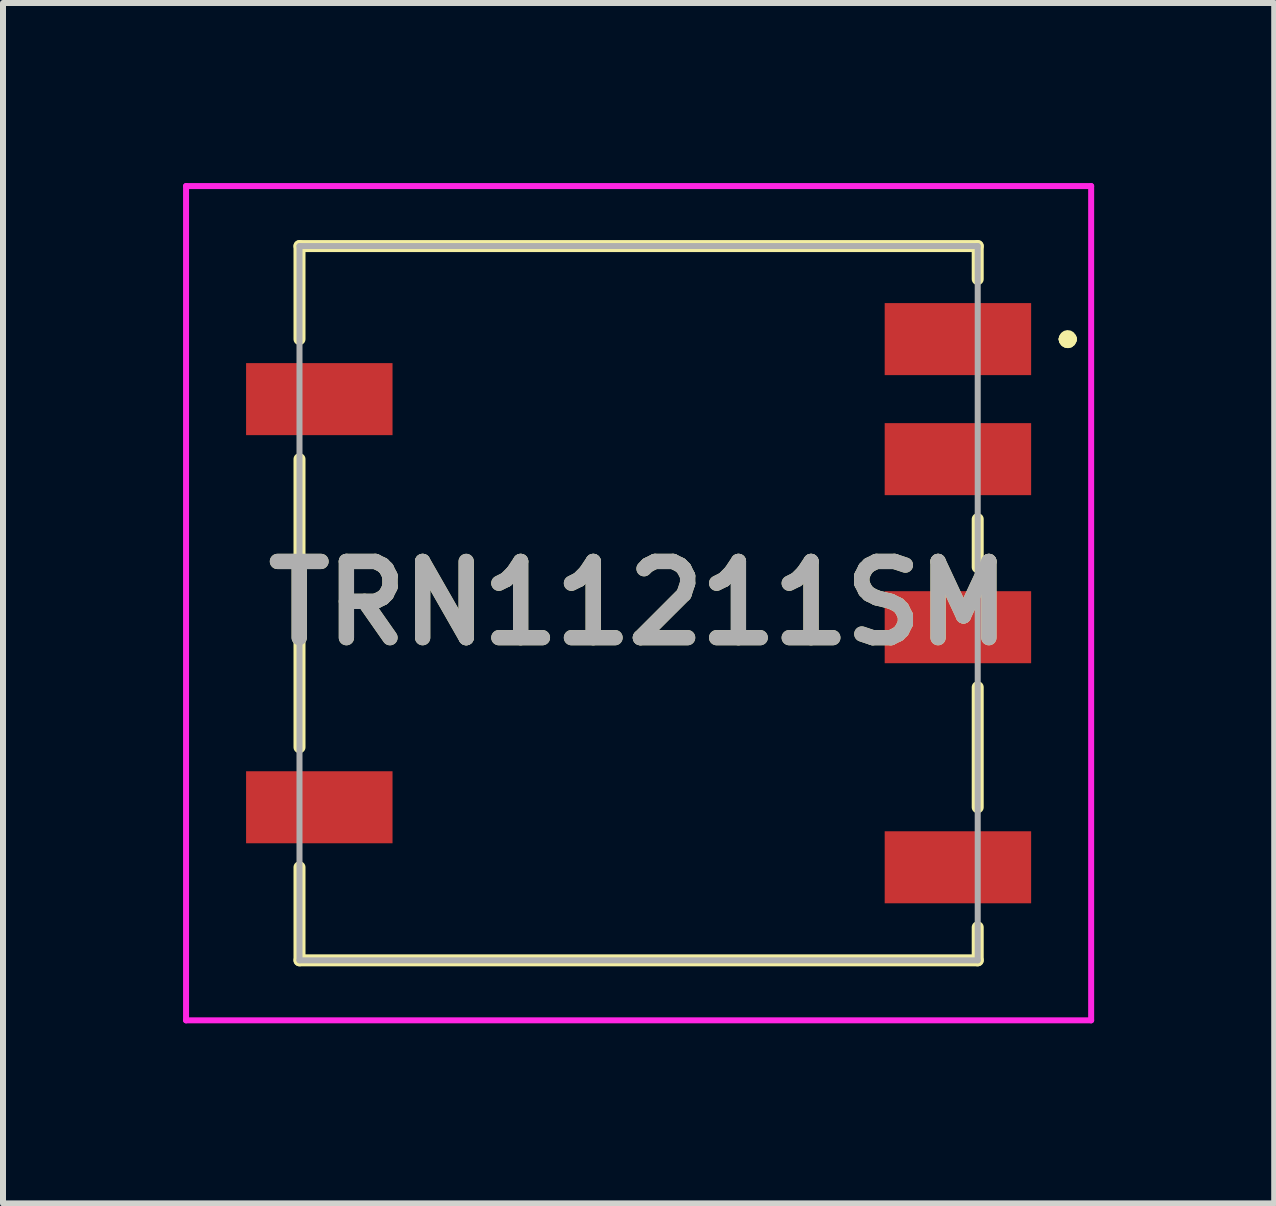
<source format=kicad_pcb>
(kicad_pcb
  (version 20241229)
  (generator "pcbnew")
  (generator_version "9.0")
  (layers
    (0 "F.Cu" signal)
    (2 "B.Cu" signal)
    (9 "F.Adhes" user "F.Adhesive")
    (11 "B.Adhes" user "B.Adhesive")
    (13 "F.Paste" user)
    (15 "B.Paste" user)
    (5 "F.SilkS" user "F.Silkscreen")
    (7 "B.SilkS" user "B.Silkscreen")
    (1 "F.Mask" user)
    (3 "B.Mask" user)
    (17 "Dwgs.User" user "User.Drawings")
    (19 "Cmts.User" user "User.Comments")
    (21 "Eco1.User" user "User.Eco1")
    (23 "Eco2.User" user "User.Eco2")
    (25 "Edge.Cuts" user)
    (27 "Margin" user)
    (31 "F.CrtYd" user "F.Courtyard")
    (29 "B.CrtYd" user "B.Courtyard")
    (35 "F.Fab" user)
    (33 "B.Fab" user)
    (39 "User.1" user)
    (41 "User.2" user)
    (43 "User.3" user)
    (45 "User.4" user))
  (footprint "TRN11211SM"
    (layer "F.Cu")
    (at 7.59 7)
    (property "Reference" "TRN11211SM" (at 0 0 0) (layer "F.SilkS") (effects (font (size 1.27 1.27) (thickness 0.254))))
    (attr smd)
    (fp_line (start -5.65 -5.95) (end -5.65 -4.4) (stroke (width 0.2) (type solid)) (layer "F.SilkS"))
    (fp_line (start -5.65 -2.4) (end -5.65 2.4) (stroke (width 0.2) (type solid)) (layer "F.SilkS"))
    (fp_line (start -5.65 4.4) (end -5.65 5.95) (stroke (width 0.2) (type solid)) (layer "F.SilkS"))
    (fp_line (start -5.65 5.95) (end 5.65 5.95) (stroke (width 0.2) (type solid)) (layer "F.SilkS"))
    (fp_line (start 5.65 -5.95) (end -5.65 -5.95) (stroke (width 0.2) (type solid)) (layer "F.SilkS"))
    (fp_line (start 5.65 -5.4) (end 5.65 -5.95) (stroke (width 0.2) (type solid)) (layer "F.SilkS"))
    (fp_line (start 5.65 -0.6) (end 5.65 -1.4) (stroke (width 0.2) (type solid)) (layer "F.SilkS"))
    (fp_line (start 5.65 3.4) (end 5.65 1.4) (stroke (width 0.2) (type solid)) (layer "F.SilkS"))
    (fp_line (start 5.65 5.95) (end 5.65 5.4) (stroke (width 0.2) (type solid)) (layer "F.SilkS"))
    (fp_line (start 7.1 -4.4) (end 7.1 -4.4) (stroke (width 0.2) (type solid)) (layer "F.SilkS"))
    (fp_line (start 7.1 -4.4) (end 7.1 -4.4) (stroke (width 0.2) (type solid)) (layer "F.SilkS"))
    (fp_line (start 7.2 -4.4) (end 7.2 -4.4) (stroke (width 0.2) (type solid)) (layer "F.SilkS"))
    (fp_arc (start 7.1 -4.4) (mid 7.15 -4.45) (end 7.2 -4.4) (stroke (width 0.2) (type solid)) (layer "F.SilkS"))
    (fp_arc (start 7.2 -4.4) (mid 7.15 -4.35) (end 7.1 -4.4) (stroke (width 0.2) (type solid)) (layer "F.SilkS"))
    (fp_arc (start 7.2 -4.4) (mid 7.15 -4.35) (end 7.1 -4.4) (stroke (width 0.2) (type solid)) (layer "F.SilkS"))
    (fp_line (start -7.54 -6.95) (end 7.54 -6.95) (stroke (width 0.1) (type solid)) (layer "F.CrtYd"))
    (fp_line (start -7.54 6.95) (end -7.54 -6.95) (stroke (width 0.1) (type solid)) (layer "F.CrtYd"))
    (fp_line (start 7.54 -6.95) (end 7.54 6.95) (stroke (width 0.1) (type solid)) (layer "F.CrtYd"))
    (fp_line (start 7.54 6.95) (end -7.54 6.95) (stroke (width 0.1) (type solid)) (layer "F.CrtYd"))
    (fp_line (start -5.65 -5.95) (end -5.65 5.95) (stroke (width 0.1) (type solid)) (layer "F.Fab"))
    (fp_line (start -5.65 5.95) (end 5.65 5.95) (stroke (width 0.1) (type solid)) (layer "F.Fab"))
    (fp_line (start 5.65 -5.95) (end -5.65 -5.95) (stroke (width 0.1) (type solid)) (layer "F.Fab"))
    (fp_line (start 5.65 5.95) (end 5.65 -5.95) (stroke (width 0.1) (type solid)) (layer "F.Fab"))
    (fp_text user "${REFERENCE}" (at 0 0 0) (layer "F.Fab") (effects (font (size 1.27 1.27) (thickness 0.254))))
    (pad "1" smd rect (at 5.32 -4.4 90) (size 1.2 2.44) (layers "F.Cu" "F.Mask" "F.Paste"))
    (pad "2" smd rect (at 5.32 -2.4 90) (size 1.2 2.44) (layers "F.Cu" "F.Mask" "F.Paste"))
    (pad "3" smd rect (at 5.32 0.4 90) (size 1.2 2.44) (layers "F.Cu" "F.Mask" "F.Paste"))
    (pad "5" smd rect (at 5.32 4.4 90) (size 1.2 2.44) (layers "F.Cu" "F.Mask" "F.Paste"))
    (pad "6" smd rect (at -5.32 -3.4 90) (size 1.2 2.44) (layers "F.Cu" "F.Mask" "F.Paste"))
    (pad "7" smd rect (at -5.32 3.4 90) (size 1.2 2.44) (layers "F.Cu" "F.Mask" "F.Paste")))
  (gr_rect
    (start -3 -3)
    (end 18.18 17)
    (stroke (width 0.1) (type default))
    (fill no)
    (layer "Edge.Cuts")))
</source>
